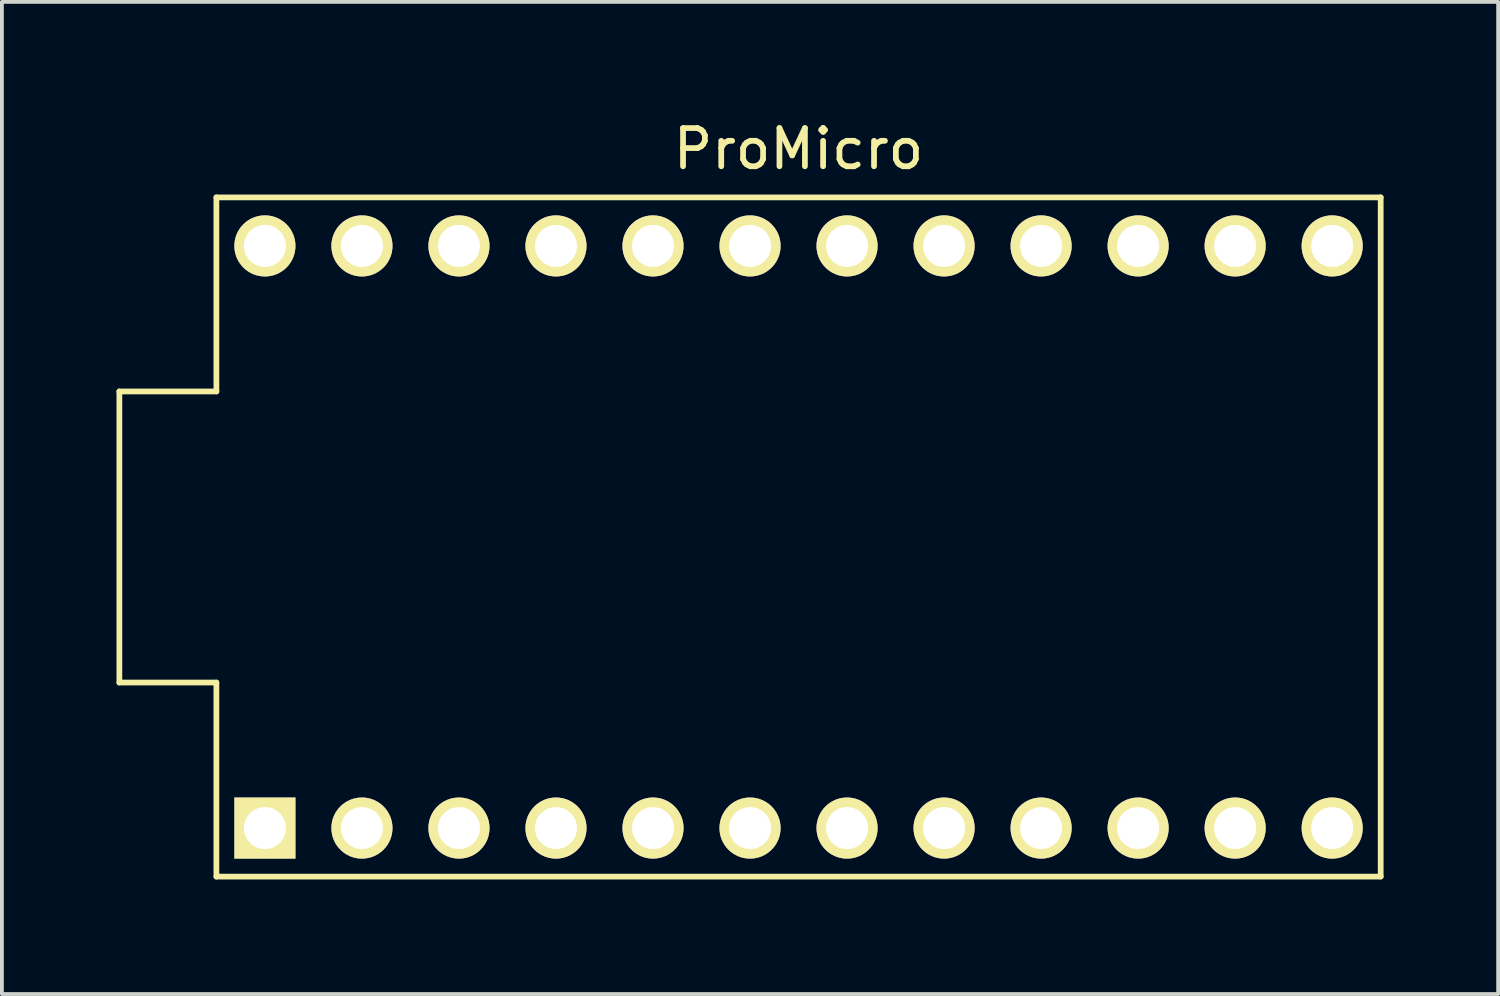
<source format=kicad_pcb>
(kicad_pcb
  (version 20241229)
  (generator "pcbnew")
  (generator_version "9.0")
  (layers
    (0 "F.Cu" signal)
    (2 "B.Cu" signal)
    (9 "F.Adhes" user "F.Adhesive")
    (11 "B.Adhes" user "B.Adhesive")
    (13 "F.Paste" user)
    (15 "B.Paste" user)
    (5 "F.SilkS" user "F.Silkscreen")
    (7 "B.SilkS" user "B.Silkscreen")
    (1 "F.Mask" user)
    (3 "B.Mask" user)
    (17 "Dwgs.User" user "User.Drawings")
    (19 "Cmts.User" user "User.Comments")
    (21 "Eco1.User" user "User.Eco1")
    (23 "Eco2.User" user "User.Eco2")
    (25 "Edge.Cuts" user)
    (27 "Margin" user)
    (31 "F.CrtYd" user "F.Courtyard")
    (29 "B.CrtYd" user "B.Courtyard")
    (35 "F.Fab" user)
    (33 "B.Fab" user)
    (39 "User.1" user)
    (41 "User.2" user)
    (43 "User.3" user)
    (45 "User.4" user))
  (footprint "ProMicro"
    (layer "F.Cu")
    (at 17.855 11.008)
    (property "Reference" "ProMicro" (at 0 -10.16 0) (layer "F.SilkS") (effects (font (size 1 1) (thickness 0.15))))
    (attr through_hole)
    (fp_line (start -17.78 -3.81) (end -15.24 -3.81) (stroke (width 0.15) (type solid)) (layer "F.SilkS"))
    (fp_line (start -17.78 3.81) (end -17.78 -3.81) (stroke (width 0.15) (type solid)) (layer "F.SilkS"))
    (fp_line (start -15.24 -8.89) (end 15.24 -8.89) (stroke (width 0.15) (type solid)) (layer "F.SilkS"))
    (fp_line (start -15.24 -3.81) (end -15.24 -8.89) (stroke (width 0.15) (type solid)) (layer "F.SilkS"))
    (fp_line (start -15.24 3.81) (end -17.78 3.81) (stroke (width 0.15) (type solid)) (layer "F.SilkS"))
    (fp_line (start -15.24 8.89) (end -15.24 3.81) (stroke (width 0.15) (type solid)) (layer "F.SilkS"))
    (fp_line (start 15.24 -8.89) (end 15.24 8.89) (stroke (width 0.15) (type solid)) (layer "F.SilkS"))
    (fp_line (start 15.24 8.89) (end -15.24 8.89) (stroke (width 0.15) (type solid)) (layer "F.SilkS"))
    (pad "1" thru_hole rect (at -13.97 7.62) (size 1.6 1.6) (drill 1.1) (layers "*.Cu" "*.Mask" "F.SilkS"))
    (pad "2" thru_hole circle (at -11.43 7.62) (size 1.6 1.6) (drill 1.1) (layers "*.Cu" "*.Mask" "F.SilkS"))
    (pad "3" thru_hole circle (at -8.89 7.62) (size 1.6 1.6) (drill 1.1) (layers "*.Cu" "*.Mask" "F.SilkS"))
    (pad "4" thru_hole circle (at -6.35 7.62) (size 1.6 1.6) (drill 1.1) (layers "*.Cu" "*.Mask" "F.SilkS"))
    (pad "5" thru_hole circle (at -3.81 7.62) (size 1.6 1.6) (drill 1.1) (layers "*.Cu" "*.Mask" "F.SilkS"))
    (pad "6" thru_hole circle (at -1.27 7.62) (size 1.6 1.6) (drill 1.1) (layers "*.Cu" "*.Mask" "F.SilkS"))
    (pad "7" thru_hole circle (at 1.27 7.62) (size 1.6 1.6) (drill 1.1) (layers "*.Cu" "*.Mask" "F.SilkS"))
    (pad "8" thru_hole circle (at 3.81 7.62) (size 1.6 1.6) (drill 1.1) (layers "*.Cu" "*.Mask" "F.SilkS"))
    (pad "9" thru_hole circle (at 6.35 7.62) (size 1.6 1.6) (drill 1.1) (layers "*.Cu" "*.Mask" "F.SilkS"))
    (pad "10" thru_hole circle (at 8.89 7.62) (size 1.6 1.6) (drill 1.1) (layers "*.Cu" "*.Mask" "F.SilkS"))
    (pad "11" thru_hole circle (at 11.43 7.62) (size 1.6 1.6) (drill 1.1) (layers "*.Cu" "*.Mask" "F.SilkS"))
    (pad "12" thru_hole circle (at 13.97 7.62) (size 1.6 1.6) (drill 1.1) (layers "*.Cu" "*.Mask" "F.SilkS"))
    (pad "13" thru_hole circle (at 13.97 -7.62) (size 1.6 1.6) (drill 1.1) (layers "*.Cu" "*.Mask" "F.SilkS"))
    (pad "14" thru_hole circle (at 11.43 -7.62) (size 1.6 1.6) (drill 1.1) (layers "*.Cu" "*.Mask" "F.SilkS"))
    (pad "15" thru_hole circle (at 8.89 -7.62) (size 1.6 1.6) (drill 1.1) (layers "*.Cu" "*.Mask" "F.SilkS"))
    (pad "16" thru_hole circle (at 6.35 -7.62) (size 1.6 1.6) (drill 1.1) (layers "*.Cu" "*.Mask" "F.SilkS"))
    (pad "17" thru_hole circle (at 3.81 -7.62) (size 1.6 1.6) (drill 1.1) (layers "*.Cu" "*.Mask" "F.SilkS"))
    (pad "18" thru_hole circle (at 1.27 -7.62) (size 1.6 1.6) (drill 1.1) (layers "*.Cu" "*.Mask" "F.SilkS"))
    (pad "19" thru_hole circle (at -1.27 -7.62) (size 1.6 1.6) (drill 1.1) (layers "*.Cu" "*.Mask" "F.SilkS"))
    (pad "20" thru_hole circle (at -3.81 -7.62) (size 1.6 1.6) (drill 1.1) (layers "*.Cu" "*.Mask" "F.SilkS"))
    (pad "21" thru_hole circle (at -6.35 -7.62) (size 1.6 1.6) (drill 1.1) (layers "*.Cu" "*.Mask" "F.SilkS"))
    (pad "22" thru_hole circle (at -8.89 -7.62) (size 1.6 1.6) (drill 1.1) (layers "*.Cu" "*.Mask" "F.SilkS"))
    (pad "23" thru_hole circle (at -11.43 -7.62) (size 1.6 1.6) (drill 1.1) (layers "*.Cu" "*.Mask" "F.SilkS"))
    (pad "24" thru_hole circle (at -13.97 -7.62) (size 1.6 1.6) (drill 1.1) (layers "*.Cu" "*.Mask" "F.SilkS")))
  (gr_rect
    (start -3 -3)
    (end 36.17 22.973)
    (stroke (width 0.1) (type default))
    (fill no)
    (layer "Edge.Cuts")))
</source>
